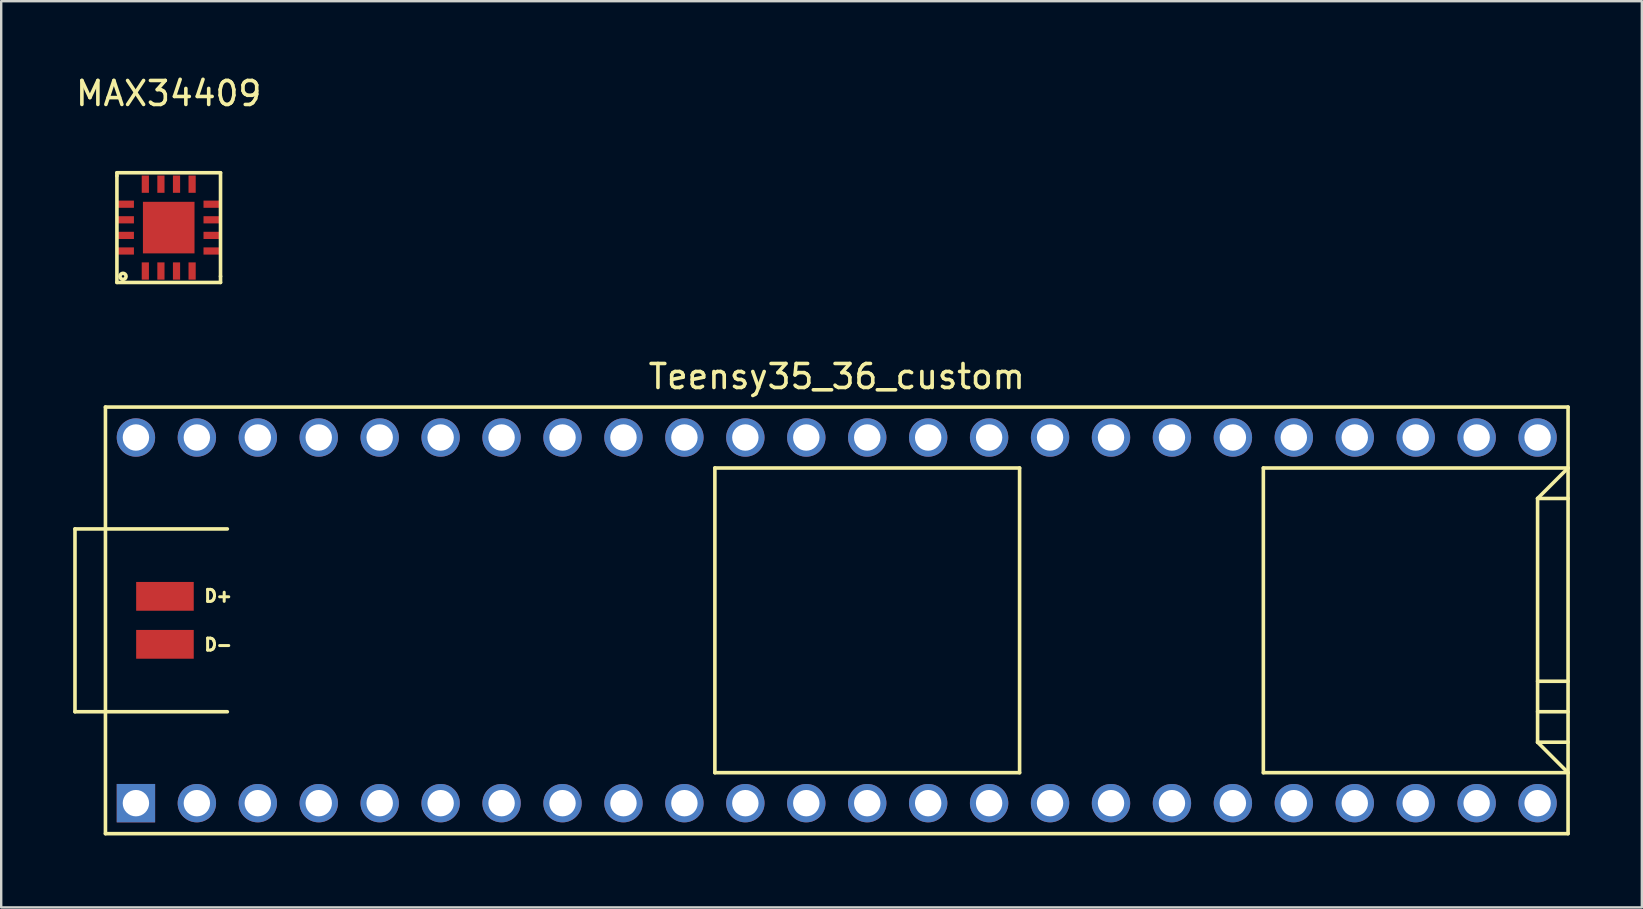
<source format=kicad_pcb>
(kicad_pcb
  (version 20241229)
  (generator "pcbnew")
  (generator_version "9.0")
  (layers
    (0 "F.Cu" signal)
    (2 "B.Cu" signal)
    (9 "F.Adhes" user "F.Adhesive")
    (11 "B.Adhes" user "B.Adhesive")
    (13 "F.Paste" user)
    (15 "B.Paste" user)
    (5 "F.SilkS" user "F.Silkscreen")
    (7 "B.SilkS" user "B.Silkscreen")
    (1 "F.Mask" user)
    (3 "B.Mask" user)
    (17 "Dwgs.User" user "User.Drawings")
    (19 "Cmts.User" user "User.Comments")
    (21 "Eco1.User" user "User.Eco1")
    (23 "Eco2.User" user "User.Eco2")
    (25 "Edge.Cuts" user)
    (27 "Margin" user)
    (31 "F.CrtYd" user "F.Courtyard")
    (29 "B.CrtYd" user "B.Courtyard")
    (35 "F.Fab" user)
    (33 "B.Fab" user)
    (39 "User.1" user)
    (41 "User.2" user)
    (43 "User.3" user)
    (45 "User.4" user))
  (footprint "Teensy35_36_custom"
    (layer "F.Cu")
    (at 31.825 22.805)
    (property "Reference" "Teensy35_36_custom" (at 0 -10.16 0) (layer "F.SilkS") (effects (font (size 1 1) (thickness 0.15))))
    (attr through_hole)
    (fp_line (start -31.75 -3.81) (end -30.48 -3.81) (stroke (width 0.15) (type solid)) (layer "F.SilkS"))
    (fp_line (start -31.75 3.81) (end -31.75 -3.81) (stroke (width 0.15) (type solid)) (layer "F.SilkS"))
    (fp_line (start -30.48 3.81) (end -31.75 3.81) (stroke (width 0.15) (type solid)) (layer "F.SilkS"))
    (fp_line (start -30.48 8.89) (end -30.48 -8.89) (stroke (width 0.15) (type solid)) (layer "F.SilkS"))
    (fp_line (start -30.48 8.89) (end 30.48 8.89) (stroke (width 0.15) (type solid)) (layer "F.SilkS"))
    (fp_line (start -25.4 -3.81) (end -30.48 -3.81) (stroke (width 0.15) (type solid)) (layer "F.SilkS"))
    (fp_line (start -25.4 3.81) (end -30.48 3.81) (stroke (width 0.15) (type solid)) (layer "F.SilkS"))
    (fp_line (start -5.08 -6.35) (end -5.08 6.35) (stroke (width 0.15) (type solid)) (layer "F.SilkS"))
    (fp_line (start -5.08 -6.35) (end 7.62 -6.35) (stroke (width 0.15) (type solid)) (layer "F.SilkS"))
    (fp_line (start -5.08 6.35) (end 7.62 6.35) (stroke (width 0.15) (type solid)) (layer "F.SilkS"))
    (fp_line (start 7.62 6.35) (end 7.62 -6.35) (stroke (width 0.15) (type solid)) (layer "F.SilkS"))
    (fp_line (start 17.78 -6.35) (end 17.78 6.35) (stroke (width 0.15) (type solid)) (layer "F.SilkS"))
    (fp_line (start 17.78 6.35) (end 30.48 6.35) (stroke (width 0.15) (type solid)) (layer "F.SilkS"))
    (fp_line (start 29.21 -5.08) (end 30.48 -6.35) (stroke (width 0.15) (type solid)) (layer "F.SilkS"))
    (fp_line (start 29.21 -5.08) (end 30.48 -5.08) (stroke (width 0.15) (type solid)) (layer "F.SilkS"))
    (fp_line (start 29.21 2.54) (end 30.48 2.54) (stroke (width 0.15) (type solid)) (layer "F.SilkS"))
    (fp_line (start 29.21 3.81) (end 30.48 3.81) (stroke (width 0.15) (type solid)) (layer "F.SilkS"))
    (fp_line (start 29.21 5.08) (end 29.21 -5.08) (stroke (width 0.15) (type solid)) (layer "F.SilkS"))
    (fp_line (start 29.21 5.08) (end 30.48 5.08) (stroke (width 0.15) (type solid)) (layer "F.SilkS"))
    (fp_line (start 30.48 -8.89) (end -30.48 -8.89) (stroke (width 0.15) (type solid)) (layer "F.SilkS"))
    (fp_line (start 30.48 -8.89) (end 30.48 8.89) (stroke (width 0.15) (type solid)) (layer "F.SilkS"))
    (fp_line (start 30.48 -6.35) (end 17.78 -6.35) (stroke (width 0.15) (type solid)) (layer "F.SilkS"))
    (fp_line (start 30.48 6.35) (end 29.21 5.08) (stroke (width 0.15) (type solid)) (layer "F.SilkS"))
    (fp_text user "D+" (at -25.781 -1.016 0) (layer "F.SilkS") (effects (font (size 0.5 0.5) (thickness 0.125))))
    (fp_text user "D-" (at -25.781 1.016 0) (layer "F.SilkS") (effects (font (size 0.5 0.5) (thickness 0.125))))
    (pad "1" thru_hole rect (at -29.21 7.62) (size 1.6 1.6) (drill 1.1) (layers "*.Cu" "*.Mask"))
    (pad "2" thru_hole circle (at -26.67 7.62) (size 1.6 1.6) (drill 1.1) (layers "*.Cu" "*.Mask"))
    (pad "3" thru_hole circle (at -24.13 7.62) (size 1.6 1.6) (drill 1.1) (layers "*.Cu" "*.Mask"))
    (pad "4" thru_hole circle (at -21.59 7.62) (size 1.6 1.6) (drill 1.1) (layers "*.Cu" "*.Mask"))
    (pad "5" thru_hole circle (at -19.05 7.62) (size 1.6 1.6) (drill 1.1) (layers "*.Cu" "*.Mask"))
    (pad "6" thru_hole circle (at -16.51 7.62) (size 1.6 1.6) (drill 1.1) (layers "*.Cu" "*.Mask"))
    (pad "7" thru_hole circle (at -13.97 7.62) (size 1.6 1.6) (drill 1.1) (layers "*.Cu" "*.Mask"))
    (pad "8" thru_hole circle (at -11.43 7.62) (size 1.6 1.6) (drill 1.1) (layers "*.Cu" "*.Mask"))
    (pad "9" thru_hole circle (at -8.89 7.62) (size 1.6 1.6) (drill 1.1) (layers "*.Cu" "*.Mask"))
    (pad "10" thru_hole circle (at -6.35 7.62) (size 1.6 1.6) (drill 1.1) (layers "*.Cu" "*.Mask"))
    (pad "11" thru_hole circle (at -3.81 7.62) (size 1.6 1.6) (drill 1.1) (layers "*.Cu" "*.Mask"))
    (pad "12" thru_hole circle (at -1.27 7.62) (size 1.6 1.6) (drill 1.1) (layers "*.Cu" "*.Mask"))
    (pad "13" thru_hole circle (at 1.27 7.62) (size 1.6 1.6) (drill 1.1) (layers "*.Cu" "*.Mask"))
    (pad "14" thru_hole circle (at 3.81 7.62) (size 1.6 1.6) (drill 1.1) (layers "*.Cu" "*.Mask"))
    (pad "15" thru_hole circle (at 6.35 7.62) (size 1.6 1.6) (drill 1.1) (layers "*.Cu" "*.Mask"))
    (pad "16" thru_hole circle (at 8.89 7.62) (size 1.6 1.6) (drill 1.1) (layers "*.Cu" "*.Mask"))
    (pad "17" thru_hole circle (at 11.43 7.62) (size 1.6 1.6) (drill 1.1) (layers "*.Cu" "*.Mask"))
    (pad "18" thru_hole circle (at 13.97 7.62) (size 1.6 1.6) (drill 1.1) (layers "*.Cu" "*.Mask"))
    (pad "19" thru_hole circle (at 16.51 7.62) (size 1.6 1.6) (drill 1.1) (layers "*.Cu" "*.Mask"))
    (pad "20" thru_hole circle (at 19.05 7.62) (size 1.6 1.6) (drill 1.1) (layers "*.Cu" "*.Mask"))
    (pad "21" thru_hole circle (at 21.59 7.62) (size 1.6 1.6) (drill 1.1) (layers "*.Cu" "*.Mask"))
    (pad "22" thru_hole circle (at 24.13 7.62) (size 1.6 1.6) (drill 1.1) (layers "*.Cu" "*.Mask"))
    (pad "23" thru_hole circle (at 26.67 7.62) (size 1.6 1.6) (drill 1.1) (layers "*.Cu" "*.Mask"))
    (pad "24" thru_hole circle (at 29.21 7.62) (size 1.6 1.6) (drill 1.1) (layers "*.Cu" "*.Mask"))
    (pad "30" thru_hole circle (at 29.21 -7.62) (size 1.6 1.6) (drill 1.1) (layers "*.Cu" "*.Mask"))
    (pad "31" thru_hole circle (at 26.67 -7.62) (size 1.6 1.6) (drill 1.1) (layers "*.Cu" "*.Mask"))
    (pad "32" thru_hole circle (at 24.13 -7.62) (size 1.6 1.6) (drill 1.1) (layers "*.Cu" "*.Mask"))
    (pad "33" thru_hole circle (at 21.59 -7.62) (size 1.6 1.6) (drill 1.1) (layers "*.Cu" "*.Mask"))
    (pad "34" thru_hole circle (at 19.05 -7.62) (size 1.6 1.6) (drill 1.1) (layers "*.Cu" "*.Mask"))
    (pad "35" thru_hole circle (at 16.51 -7.62) (size 1.6 1.6) (drill 1.1) (layers "*.Cu" "*.Mask"))
    (pad "36" thru_hole circle (at 13.97 -7.62) (size 1.6 1.6) (drill 1.1) (layers "*.Cu" "*.Mask"))
    (pad "37" thru_hole circle (at 11.43 -7.62) (size 1.6 1.6) (drill 1.1) (layers "*.Cu" "*.Mask"))
    (pad "38" thru_hole circle (at 8.89 -7.62) (size 1.6 1.6) (drill 1.1) (layers "*.Cu" "*.Mask"))
    (pad "39" thru_hole circle (at 6.35 -7.62) (size 1.6 1.6) (drill 1.1) (layers "*.Cu" "*.Mask"))
    (pad "40" thru_hole circle (at 3.81 -7.62) (size 1.6 1.6) (drill 1.1) (layers "*.Cu" "*.Mask"))
    (pad "41" thru_hole circle (at 1.27 -7.62) (size 1.6 1.6) (drill 1.1) (layers "*.Cu" "*.Mask"))
    (pad "42" thru_hole circle (at -1.27 -7.62) (size 1.6 1.6) (drill 1.1) (layers "*.Cu" "*.Mask"))
    (pad "43" thru_hole circle (at -3.81 -7.62) (size 1.6 1.6) (drill 1.1) (layers "*.Cu" "*.Mask"))
    (pad "44" thru_hole circle (at -6.35 -7.62) (size 1.6 1.6) (drill 1.1) (layers "*.Cu" "*.Mask"))
    (pad "45" thru_hole circle (at -8.89 -7.62) (size 1.6 1.6) (drill 1.1) (layers "*.Cu" "*.Mask"))
    (pad "46" thru_hole circle (at -11.43 -7.62) (size 1.6 1.6) (drill 1.1) (layers "*.Cu" "*.Mask"))
    (pad "47" thru_hole circle (at -13.97 -7.62) (size 1.6 1.6) (drill 1.1) (layers "*.Cu" "*.Mask"))
    (pad "48" thru_hole circle (at -16.51 -7.62) (size 1.6 1.6) (drill 1.1) (layers "*.Cu" "*.Mask"))
    (pad "49" thru_hole circle (at -19.05 -7.62) (size 1.6 1.6) (drill 1.1) (layers "*.Cu" "*.Mask"))
    (pad "50" thru_hole circle (at -21.59 -7.62) (size 1.6 1.6) (drill 1.1) (layers "*.Cu" "*.Mask"))
    (pad "51" thru_hole circle (at -24.13 -7.62) (size 1.6 1.6) (drill 1.1) (layers "*.Cu" "*.Mask"))
    (pad "52" thru_hole circle (at -26.67 -7.62) (size 1.6 1.6) (drill 1.1) (layers "*.Cu" "*.Mask"))
    (pad "53" thru_hole circle (at -29.21 -7.62) (size 1.6 1.6) (drill 1.1) (layers "*.Cu" "*.Mask"))
    (pad "56" smd rect (at -28 1) (size 2.4 1.2) (layers "F.Cu" "F.Mask" "F.Paste"))
    (pad "57" smd rect (at -28 -1) (size 2.4 1.2) (layers "F.Cu" "F.Mask" "F.Paste")))
  (footprint "MAX34409"
    (layer "F.Cu")
    (at 3.982 6.436)
    (property "Reference" "MAX34409" (at 0 -5.588 0) (layer "F.SilkS") (effects (font (size 1 1) (thickness 0.15))))
    (attr through_hole)
    (fp_line (start -2.159 -2.286) (end -2.159 -2.159) (stroke (width 0.15) (type solid)) (layer "F.SilkS"))
    (fp_line (start -2.159 -2.286) (end 2.159 -2.286) (stroke (width 0.15) (type solid)) (layer "F.SilkS"))
    (fp_line (start -2.159 2.286) (end -2.159 -2.159) (stroke (width 0.15) (type solid)) (layer "F.SilkS"))
    (fp_line (start 2.159 -2.286) (end 2.159 2.032) (stroke (width 0.15) (type solid)) (layer "F.SilkS"))
    (fp_line (start 2.159 2.032) (end 2.159 2.286) (stroke (width 0.15) (type solid)) (layer "F.SilkS"))
    (fp_line (start 2.159 2.286) (end -2.159 2.286) (stroke (width 0.15) (type solid)) (layer "F.SilkS"))
    (fp_circle (center -1.905 2.032) (end -1.778 2.032) (stroke (width 0.15) (type solid)) (fill no) (layer "F.SilkS"))
    (pad "1" smd rect (at -0.975 1.81) (size 0.3 0.72) (layers "F.Cu" "F.Mask" "F.Paste"))
    (pad "2" smd rect (at -0.325 1.81) (size 0.3 0.72) (layers "F.Cu" "F.Mask" "F.Paste"))
    (pad "3" smd rect (at 0.325 1.81) (size 0.3 0.72) (layers "F.Cu" "F.Mask" "F.Paste"))
    (pad "4" smd rect (at 0.975 1.81) (size 0.3 0.72) (layers "F.Cu" "F.Mask" "F.Paste"))
    (pad "5" smd rect (at 1.81 0.975) (size 0.72 0.3) (layers "F.Cu" "F.Mask" "F.Paste"))
    (pad "6" smd rect (at 1.81 0.325) (size 0.72 0.3) (layers "F.Cu" "F.Mask" "F.Paste"))
    (pad "7" smd rect (at 1.81 -0.325) (size 0.72 0.3) (layers "F.Cu" "F.Mask" "F.Paste"))
    (pad "8" smd rect (at 1.81 -0.975) (size 0.72 0.3) (layers "F.Cu" "F.Mask" "F.Paste"))
    (pad "9" smd rect (at 0.975 -1.81) (size 0.3 0.72) (layers "F.Cu" "F.Mask" "F.Paste"))
    (pad "10" smd rect (at 0.325 -1.81) (size 0.3 0.72) (layers "F.Cu" "F.Mask" "F.Paste"))
    (pad "11" smd rect (at -0.325 -1.81) (size 0.3 0.72) (layers "F.Cu" "F.Mask" "F.Paste"))
    (pad "12" smd rect (at -0.975 -1.81) (size 0.3 0.72) (layers "F.Cu" "F.Mask" "F.Paste"))
    (pad "13" smd rect (at -1.81 -0.975) (size 0.72 0.3) (layers "F.Cu" "F.Mask" "F.Paste"))
    (pad "14" smd rect (at -1.81 -0.325) (size 0.72 0.3) (layers "F.Cu" "F.Mask" "F.Paste"))
    (pad "15" smd rect (at -1.81 0.325) (size 0.72 0.3) (layers "F.Cu" "F.Mask" "F.Paste"))
    (pad "16" smd rect (at -1.81 0.975) (size 0.72 0.3) (layers "F.Cu" "F.Mask" "F.Paste"))
    (pad "17" smd rect (at 0 0) (size 2.15 2.15) (layers "F.Cu" "F.Mask" "F.Paste")))
  (gr_rect
    (start -3 -3)
    (end 65.38 34.77)
    (stroke (width 0.1) (type default))
    (fill no)
    (layer "Edge.Cuts")))
</source>
